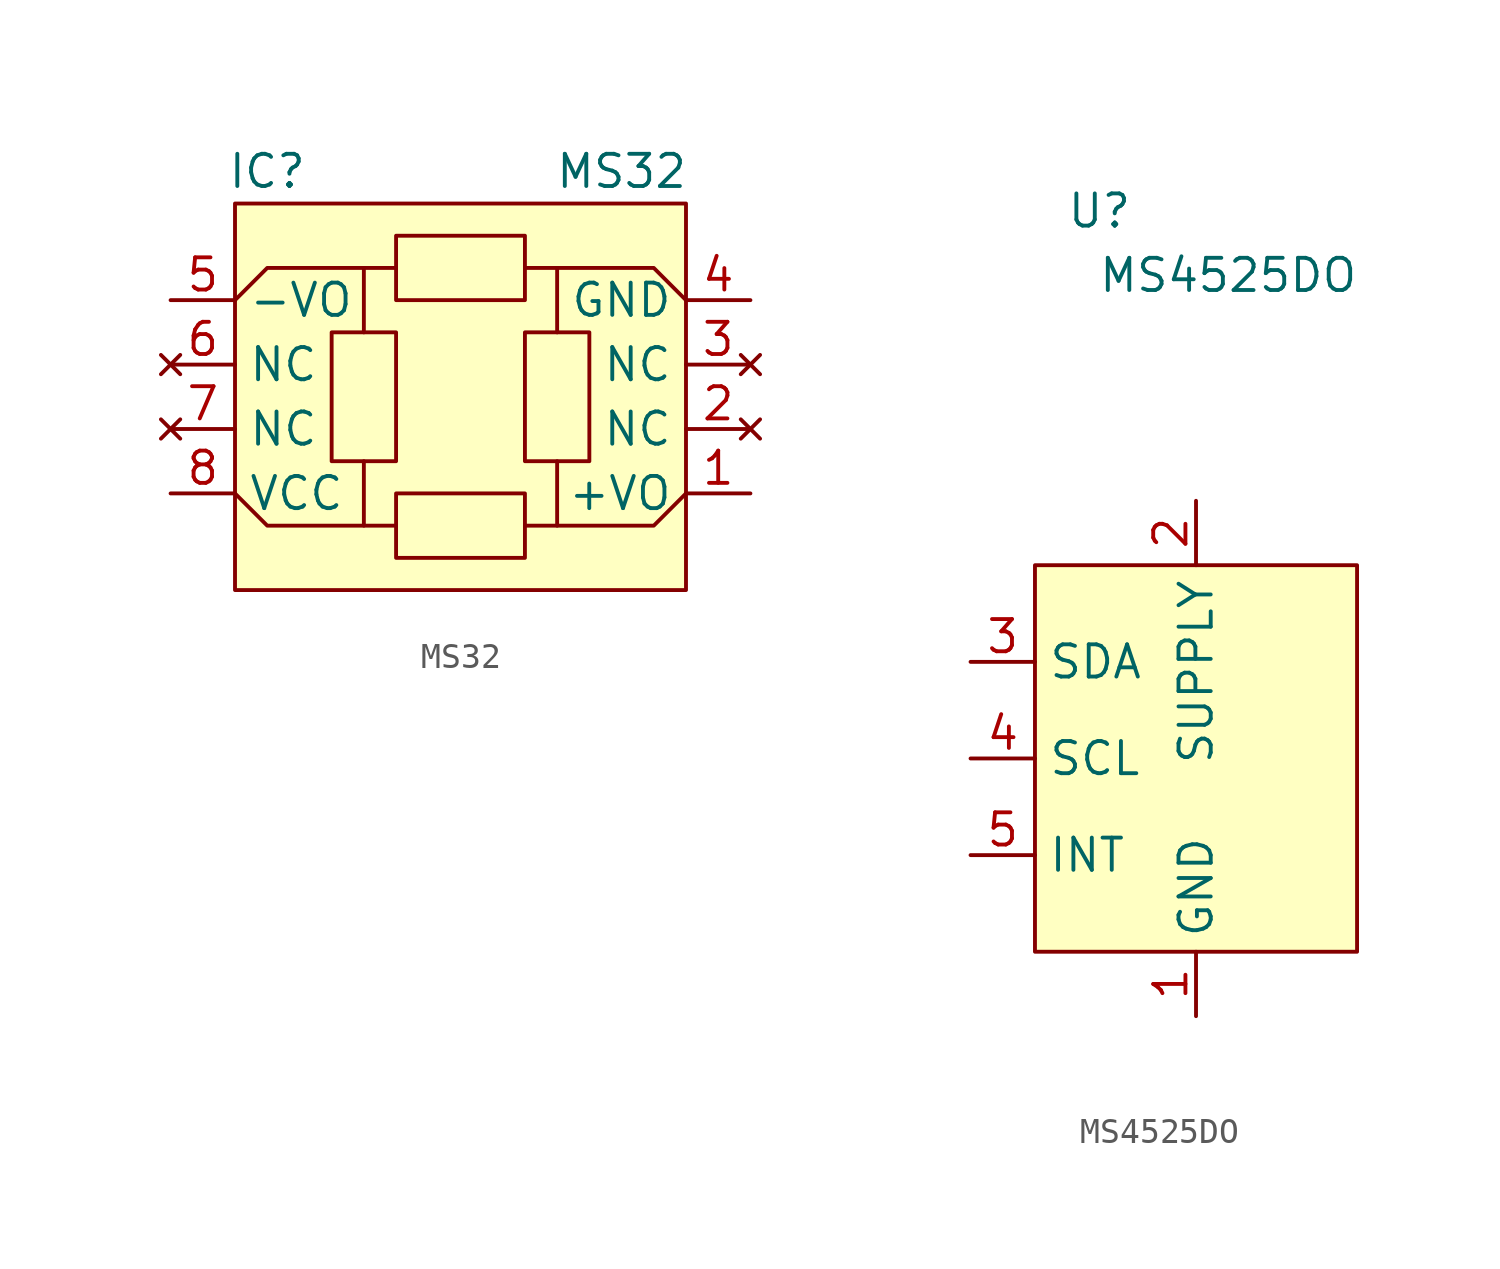
<source format=kicad_sym>
(kicad_symbol_lib
  (version 20220914)
  (generator kicad_symbol_editor)
  (symbol "MS32"
    (property "Reference" "IC"
      (at -7.62 8.89 0)
      (effects (font (size 1.27 1.27))))
    (property "Value" "MS32"
      (at 6.35 8.89 0)
      (effects (font (size 1.27 1.27))))
    (symbol "MS32_1_1"
      (rectangle (start -8.89 7.62) (end 8.89 -7.62) (stroke (width 0) (type default)) (fill (type background)))
      (rectangle (start -5.08 2.54) (end -2.54 -2.54) (stroke (width 0) (type default)) (fill (type none)))
      (rectangle (start -2.54 -3.81) (end 2.54 -6.35) (stroke (width 0) (type default)) (fill (type none)))
      (rectangle (start -2.54 6.35) (end 2.54 3.81) (stroke (width 0) (type default)) (fill (type none)))
      (polyline (pts (xy -3.81 -2.54) (xy -3.81 -5.08)) (stroke (width 0) (type default)) (fill (type none)))
      (polyline (pts (xy -3.81 2.54) (xy -3.81 5.08)) (stroke (width 0) (type default)) (fill (type none)))
      (polyline (pts (xy 3.81 -2.54) (xy 3.81 -5.08)) (stroke (width 0) (type default)) (fill (type none)))
      (polyline (pts (xy 3.81 2.54) (xy 3.81 5.08)) (stroke (width 0) (type default)) (fill (type none)))
      (polyline (pts (xy -8.89 -3.81) (xy -7.62 -5.08) (xy -2.54 -5.08)) (stroke (width 0) (type default)) (fill (type none)))
      (polyline (pts (xy -8.89 3.81) (xy -7.62 5.08) (xy -2.54 5.08)) (stroke (width 0) (type default)) (fill (type none)))
      (polyline (pts (xy 8.89 -3.81) (xy 7.62 -5.08) (xy 2.54 -5.08)) (stroke (width 0) (type default)) (fill (type none)))
      (polyline (pts (xy 8.89 3.81) (xy 7.62 5.08) (xy 2.54 5.08)) (stroke (width 0) (type default)) (fill (type none)))
      (rectangle (start 2.54 2.54) (end 5.08 -2.54) (stroke (width 0) (type default)) (fill (type none)))
      (pin output line (at 11.43 -3.81 180) (length 2.54) (name "+VO" (effects (font (size 1.27 1.27)))) (number "1" (effects (font (size 1.27 1.27)))))
      (pin no_connect line (at 11.43 -1.27 180) (length 2.54) (name "NC" (effects (font (size 1.27 1.27)))) (number "2" (effects (font (size 1.27 1.27)))))
      (pin no_connect line (at 11.43 1.27 180) (length 2.54) (name "NC" (effects (font (size 1.27 1.27)))) (number "3" (effects (font (size 1.27 1.27)))))
      (pin power_in line (at 11.43 3.81 180) (length 2.54) (name "GND" (effects (font (size 1.27 1.27)))) (number "4" (effects (font (size 1.27 1.27)))))
      (pin output line (at -11.43 3.81 0) (length 2.54) (name "-VO" (effects (font (size 1.27 1.27)))) (number "5" (effects (font (size 1.27 1.27)))))
      (pin no_connect line (at -11.43 1.27 0) (length 2.54) (name "NC" (effects (font (size 1.27 1.27)))) (number "6" (effects (font (size 1.27 1.27)))))
      (pin no_connect line (at -11.43 -1.27 0) (length 2.54) (name "NC" (effects (font (size 1.27 1.27)))) (number "7" (effects (font (size 1.27 1.27)))))
      (pin power_in line (at -11.43 -3.81 0) (length 2.54) (name "VCC" (effects (font (size 1.27 1.27)))) (number "8" (effects (font (size 1.27 1.27)))))
      (pin no_connect line (at 0 -7.62 90) (length 2.54) hide (name "EP" (effects (font (size 1.27 1.27)))) (number "9" (effects (font (size 1.27 1.27)))))))
  (symbol "MS4525DO"
    (property "Reference" "U"
      (at -3.81 21.59 0)
      (effects (font (size 1.27 1.27))))
    (property "Value" "MS4525DO"
      (at 1.27 19.05 0)
      (effects (font (size 1.27 1.27))))
    (symbol "MS4525DO_1_1"
      (rectangle (start -6.35 7.62) (end 6.35 -7.62) (stroke (width 0) (type default)) (fill (type background)))
      (pin power_in line (at 0 -10.16 90) (length 2.54) (name "GND" (effects (font (size 1.27 1.27)))) (number "1" (effects (font (size 1.27 1.27)))))
      (pin power_in line (at 0 10.16 270) (length 2.54) (name "SUPPLY" (effects (font (size 1.27 1.27)))) (number "2" (effects (font (size 1.27 1.27)))))
      (pin bidirectional line (at -8.89 3.81 0) (length 2.54) (name "SDA" (effects (font (size 1.27 1.27)))) (number "3" (effects (font (size 1.27 1.27)))))
      (pin input line (at -8.89 0 0) (length 2.54) (name "SCL" (effects (font (size 1.27 1.27)))) (number "4" (effects (font (size 1.27 1.27)))))
      (pin output line (at -8.89 -3.81 0) (length 2.54) (name "INT" (effects (font (size 1.27 1.27)))) (number "5" (effects (font (size 1.27 1.27)))))
      (pin no_connect line (at 6.35 3.81 180) (length 2.54) hide (name "NC" (effects (font (size 1.27 1.27)))) (number "6" (effects (font (size 1.27 1.27)))))
      (pin no_connect line (at 6.35 0 180) (length 2.54) hide (name "NC" (effects (font (size 1.27 1.27)))) (number "7" (effects (font (size 1.27 1.27)))))
      (pin no_connect line (at 6.35 -3.81 180) (length 2.54) hide (name "NC" (effects (font (size 1.27 1.27)))) (number "8" (effects (font (size 1.27 1.27))))))))
</source>
